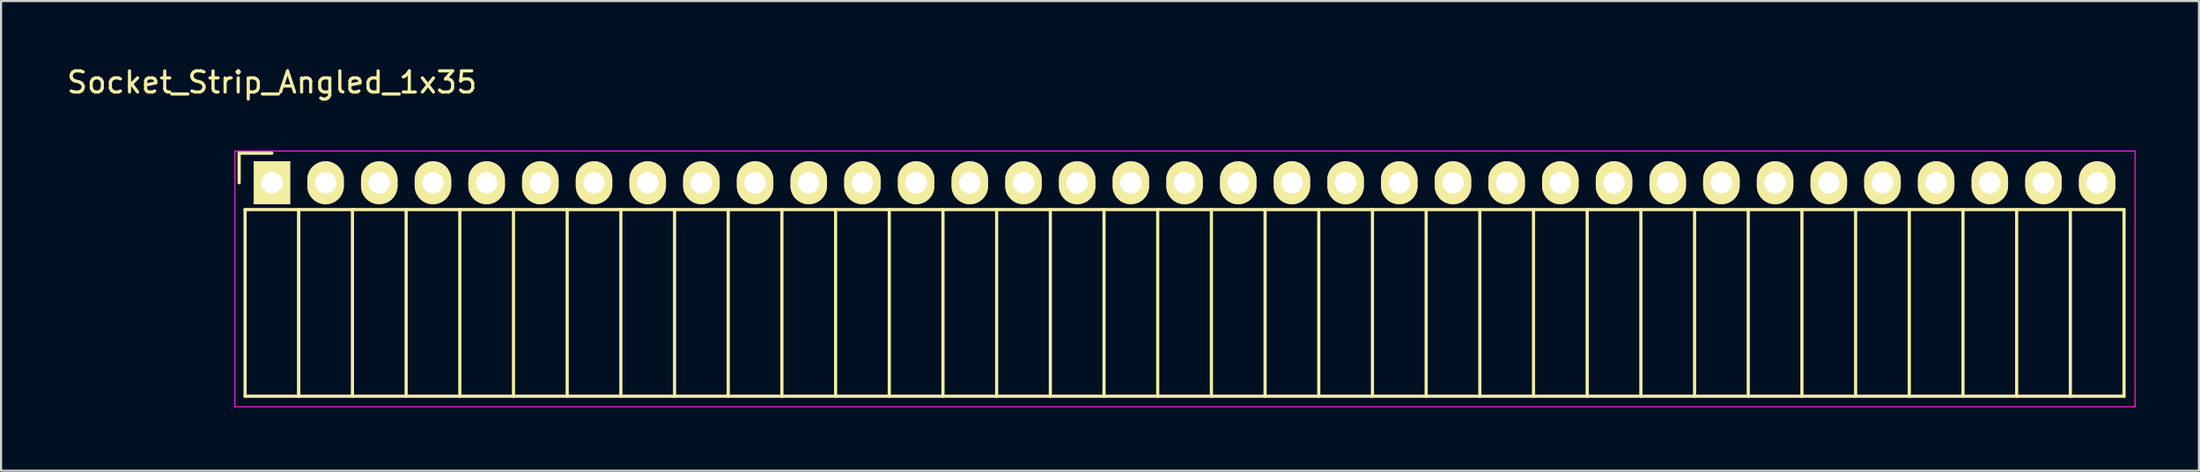
<source format=kicad_pcb>
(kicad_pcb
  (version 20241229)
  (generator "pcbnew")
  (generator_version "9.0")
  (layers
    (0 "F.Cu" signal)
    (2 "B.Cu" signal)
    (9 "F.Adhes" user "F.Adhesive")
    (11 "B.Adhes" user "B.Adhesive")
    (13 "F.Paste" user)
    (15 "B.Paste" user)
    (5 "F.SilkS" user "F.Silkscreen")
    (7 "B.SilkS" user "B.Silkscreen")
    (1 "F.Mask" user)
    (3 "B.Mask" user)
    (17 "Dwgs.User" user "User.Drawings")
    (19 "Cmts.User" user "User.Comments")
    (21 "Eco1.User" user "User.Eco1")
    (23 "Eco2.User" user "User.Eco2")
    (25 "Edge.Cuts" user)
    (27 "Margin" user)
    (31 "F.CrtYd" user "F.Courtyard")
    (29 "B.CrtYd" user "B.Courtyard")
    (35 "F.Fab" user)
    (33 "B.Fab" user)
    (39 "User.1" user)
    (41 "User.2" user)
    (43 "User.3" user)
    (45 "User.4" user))
  (footprint "Socket_Strip_Angled_1x35"
    (layer "F.Cu")
    (at 9.815 5.598)
    (property "Reference" "Socket_Strip_Angled_1x35" (at 0 -4.75 0) (layer "F.SilkS") (effects (font (size 1 1) (thickness 0.15))))
    (attr through_hole)
    (fp_line (start -1.55 -1.4) (end -1.55 0) (stroke (width 0.15) (type solid)) (layer "F.SilkS"))
    (fp_line (start -1.27 1.27) (end -1.27 10.1) (stroke (width 0.15) (type solid)) (layer "F.SilkS"))
    (fp_line (start -1.27 1.27) (end 1.27 1.27) (stroke (width 0.15) (type solid)) (layer "F.SilkS"))
    (fp_line (start -1.27 10.1) (end 1.27 10.1) (stroke (width 0.15) (type solid)) (layer "F.SilkS"))
    (fp_line (start 0 -1.4) (end -1.55 -1.4) (stroke (width 0.15) (type solid)) (layer "F.SilkS"))
    (fp_line (start 1.27 1.27) (end 1.27 10.1) (stroke (width 0.15) (type solid)) (layer "F.SilkS"))
    (fp_line (start 1.27 1.27) (end 3.81 1.27) (stroke (width 0.15) (type solid)) (layer "F.SilkS"))
    (fp_line (start 1.27 10.1) (end 1.27 1.27) (stroke (width 0.15) (type solid)) (layer "F.SilkS"))
    (fp_line (start 1.27 10.1) (end 3.81 10.1) (stroke (width 0.15) (type solid)) (layer "F.SilkS"))
    (fp_line (start 3.81 1.27) (end 6.35 1.27) (stroke (width 0.15) (type solid)) (layer "F.SilkS"))
    (fp_line (start 3.81 10.1) (end 3.81 1.27) (stroke (width 0.15) (type solid)) (layer "F.SilkS"))
    (fp_line (start 3.81 10.1) (end 6.35 10.1) (stroke (width 0.15) (type solid)) (layer "F.SilkS"))
    (fp_line (start 6.35 1.27) (end 8.89 1.27) (stroke (width 0.15) (type solid)) (layer "F.SilkS"))
    (fp_line (start 6.35 10.1) (end 6.35 1.27) (stroke (width 0.15) (type solid)) (layer "F.SilkS"))
    (fp_line (start 6.35 10.1) (end 8.89 10.1) (stroke (width 0.15) (type solid)) (layer "F.SilkS"))
    (fp_line (start 8.89 1.27) (end 11.43 1.27) (stroke (width 0.15) (type solid)) (layer "F.SilkS"))
    (fp_line (start 8.89 10.1) (end 8.89 1.27) (stroke (width 0.15) (type solid)) (layer "F.SilkS"))
    (fp_line (start 8.89 10.1) (end 11.43 10.1) (stroke (width 0.15) (type solid)) (layer "F.SilkS"))
    (fp_line (start 11.43 1.27) (end 13.97 1.27) (stroke (width 0.15) (type solid)) (layer "F.SilkS"))
    (fp_line (start 11.43 10.1) (end 11.43 1.27) (stroke (width 0.15) (type solid)) (layer "F.SilkS"))
    (fp_line (start 11.43 10.1) (end 13.97 10.1) (stroke (width 0.15) (type solid)) (layer "F.SilkS"))
    (fp_line (start 13.97 1.27) (end 16.51 1.27) (stroke (width 0.15) (type solid)) (layer "F.SilkS"))
    (fp_line (start 13.97 10.1) (end 13.97 1.27) (stroke (width 0.15) (type solid)) (layer "F.SilkS"))
    (fp_line (start 13.97 10.1) (end 16.51 10.1) (stroke (width 0.15) (type solid)) (layer "F.SilkS"))
    (fp_line (start 16.51 1.27) (end 19.05 1.27) (stroke (width 0.15) (type solid)) (layer "F.SilkS"))
    (fp_line (start 16.51 10.1) (end 16.51 1.27) (stroke (width 0.15) (type solid)) (layer "F.SilkS"))
    (fp_line (start 16.51 10.1) (end 19.05 10.1) (stroke (width 0.15) (type solid)) (layer "F.SilkS"))
    (fp_line (start 19.05 1.27) (end 21.59 1.27) (stroke (width 0.15) (type solid)) (layer "F.SilkS"))
    (fp_line (start 19.05 10.1) (end 19.05 1.27) (stroke (width 0.15) (type solid)) (layer "F.SilkS"))
    (fp_line (start 19.05 10.1) (end 21.59 10.1) (stroke (width 0.15) (type solid)) (layer "F.SilkS"))
    (fp_line (start 21.59 1.27) (end 24.13 1.27) (stroke (width 0.15) (type solid)) (layer "F.SilkS"))
    (fp_line (start 21.59 10.1) (end 21.59 1.27) (stroke (width 0.15) (type solid)) (layer "F.SilkS"))
    (fp_line (start 21.59 10.1) (end 24.13 10.1) (stroke (width 0.15) (type solid)) (layer "F.SilkS"))
    (fp_line (start 24.13 1.27) (end 26.67 1.27) (stroke (width 0.15) (type solid)) (layer "F.SilkS"))
    (fp_line (start 24.13 10.1) (end 24.13 1.27) (stroke (width 0.15) (type solid)) (layer "F.SilkS"))
    (fp_line (start 24.13 10.1) (end 26.67 10.1) (stroke (width 0.15) (type solid)) (layer "F.SilkS"))
    (fp_line (start 26.67 1.27) (end 29.21 1.27) (stroke (width 0.15) (type solid)) (layer "F.SilkS"))
    (fp_line (start 26.67 10.1) (end 26.67 1.27) (stroke (width 0.15) (type solid)) (layer "F.SilkS"))
    (fp_line (start 26.67 10.1) (end 29.21 10.1) (stroke (width 0.15) (type solid)) (layer "F.SilkS"))
    (fp_line (start 29.21 1.27) (end 31.75 1.27) (stroke (width 0.15) (type solid)) (layer "F.SilkS"))
    (fp_line (start 29.21 10.1) (end 29.21 1.27) (stroke (width 0.15) (type solid)) (layer "F.SilkS"))
    (fp_line (start 29.21 10.1) (end 31.75 10.1) (stroke (width 0.15) (type solid)) (layer "F.SilkS"))
    (fp_line (start 31.75 1.27) (end 34.29 1.27) (stroke (width 0.15) (type solid)) (layer "F.SilkS"))
    (fp_line (start 31.75 10.1) (end 31.75 1.27) (stroke (width 0.15) (type solid)) (layer "F.SilkS"))
    (fp_line (start 31.75 10.1) (end 34.29 10.1) (stroke (width 0.15) (type solid)) (layer "F.SilkS"))
    (fp_line (start 34.29 1.27) (end 36.83 1.27) (stroke (width 0.15) (type solid)) (layer "F.SilkS"))
    (fp_line (start 34.29 10.1) (end 34.29 1.27) (stroke (width 0.15) (type solid)) (layer "F.SilkS"))
    (fp_line (start 34.29 10.1) (end 36.83 10.1) (stroke (width 0.15) (type solid)) (layer "F.SilkS"))
    (fp_line (start 36.83 1.27) (end 39.37 1.27) (stroke (width 0.15) (type solid)) (layer "F.SilkS"))
    (fp_line (start 36.83 10.1) (end 36.83 1.27) (stroke (width 0.15) (type solid)) (layer "F.SilkS"))
    (fp_line (start 36.83 10.1) (end 39.37 10.1) (stroke (width 0.15) (type solid)) (layer "F.SilkS"))
    (fp_line (start 39.37 1.27) (end 41.91 1.27) (stroke (width 0.15) (type solid)) (layer "F.SilkS"))
    (fp_line (start 39.37 10.1) (end 39.37 1.27) (stroke (width 0.15) (type solid)) (layer "F.SilkS"))
    (fp_line (start 39.37 10.1) (end 41.91 10.1) (stroke (width 0.15) (type solid)) (layer "F.SilkS"))
    (fp_line (start 41.91 1.27) (end 44.45 1.27) (stroke (width 0.15) (type solid)) (layer "F.SilkS"))
    (fp_line (start 41.91 10.1) (end 41.91 1.27) (stroke (width 0.15) (type solid)) (layer "F.SilkS"))
    (fp_line (start 41.91 10.1) (end 44.45 10.1) (stroke (width 0.15) (type solid)) (layer "F.SilkS"))
    (fp_line (start 44.45 1.27) (end 46.99 1.27) (stroke (width 0.15) (type solid)) (layer "F.SilkS"))
    (fp_line (start 44.45 10.1) (end 44.45 1.27) (stroke (width 0.15) (type solid)) (layer "F.SilkS"))
    (fp_line (start 44.45 10.1) (end 46.99 10.1) (stroke (width 0.15) (type solid)) (layer "F.SilkS"))
    (fp_line (start 46.99 1.27) (end 49.53 1.27) (stroke (width 0.15) (type solid)) (layer "F.SilkS"))
    (fp_line (start 46.99 10.1) (end 46.99 1.27) (stroke (width 0.15) (type solid)) (layer "F.SilkS"))
    (fp_line (start 46.99 10.1) (end 49.53 10.1) (stroke (width 0.15) (type solid)) (layer "F.SilkS"))
    (fp_line (start 49.53 1.27) (end 52.07 1.27) (stroke (width 0.15) (type solid)) (layer "F.SilkS"))
    (fp_line (start 49.53 10.1) (end 49.53 1.27) (stroke (width 0.15) (type solid)) (layer "F.SilkS"))
    (fp_line (start 49.53 10.1) (end 52.07 10.1) (stroke (width 0.15) (type solid)) (layer "F.SilkS"))
    (fp_line (start 52.07 1.27) (end 54.61 1.27) (stroke (width 0.15) (type solid)) (layer "F.SilkS"))
    (fp_line (start 52.07 10.1) (end 52.07 1.27) (stroke (width 0.15) (type solid)) (layer "F.SilkS"))
    (fp_line (start 52.07 10.1) (end 54.61 10.1) (stroke (width 0.15) (type solid)) (layer "F.SilkS"))
    (fp_line (start 54.61 1.27) (end 57.15 1.27) (stroke (width 0.15) (type solid)) (layer "F.SilkS"))
    (fp_line (start 54.61 10.1) (end 54.61 1.27) (stroke (width 0.15) (type solid)) (layer "F.SilkS"))
    (fp_line (start 54.61 10.1) (end 57.15 10.1) (stroke (width 0.15) (type solid)) (layer "F.SilkS"))
    (fp_line (start 57.15 1.27) (end 59.69 1.27) (stroke (width 0.15) (type solid)) (layer "F.SilkS"))
    (fp_line (start 57.15 10.1) (end 57.15 1.27) (stroke (width 0.15) (type solid)) (layer "F.SilkS"))
    (fp_line (start 57.15 10.1) (end 59.69 10.1) (stroke (width 0.15) (type solid)) (layer "F.SilkS"))
    (fp_line (start 59.69 1.27) (end 62.23 1.27) (stroke (width 0.15) (type solid)) (layer "F.SilkS"))
    (fp_line (start 59.69 10.1) (end 59.69 1.27) (stroke (width 0.15) (type solid)) (layer "F.SilkS"))
    (fp_line (start 59.69 10.1) (end 62.23 10.1) (stroke (width 0.15) (type solid)) (layer "F.SilkS"))
    (fp_line (start 62.23 1.27) (end 64.77 1.27) (stroke (width 0.15) (type solid)) (layer "F.SilkS"))
    (fp_line (start 62.23 10.1) (end 62.23 1.27) (stroke (width 0.15) (type solid)) (layer "F.SilkS"))
    (fp_line (start 62.23 10.1) (end 64.77 10.1) (stroke (width 0.15) (type solid)) (layer "F.SilkS"))
    (fp_line (start 64.77 1.27) (end 67.31 1.27) (stroke (width 0.15) (type solid)) (layer "F.SilkS"))
    (fp_line (start 64.77 10.1) (end 64.77 1.27) (stroke (width 0.15) (type solid)) (layer "F.SilkS"))
    (fp_line (start 64.77 10.1) (end 67.31 10.1) (stroke (width 0.15) (type solid)) (layer "F.SilkS"))
    (fp_line (start 67.31 1.27) (end 69.85 1.27) (stroke (width 0.15) (type solid)) (layer "F.SilkS"))
    (fp_line (start 67.31 10.1) (end 67.31 1.27) (stroke (width 0.15) (type solid)) (layer "F.SilkS"))
    (fp_line (start 67.31 10.1) (end 69.85 10.1) (stroke (width 0.15) (type solid)) (layer "F.SilkS"))
    (fp_line (start 69.85 1.27) (end 72.39 1.27) (stroke (width 0.15) (type solid)) (layer "F.SilkS"))
    (fp_line (start 69.85 10.1) (end 69.85 1.27) (stroke (width 0.15) (type solid)) (layer "F.SilkS"))
    (fp_line (start 69.85 10.1) (end 72.39 10.1) (stroke (width 0.15) (type solid)) (layer "F.SilkS"))
    (fp_line (start 72.39 1.27) (end 74.93 1.27) (stroke (width 0.15) (type solid)) (layer "F.SilkS"))
    (fp_line (start 72.39 10.1) (end 72.39 1.27) (stroke (width 0.15) (type solid)) (layer "F.SilkS"))
    (fp_line (start 72.39 10.1) (end 74.93 10.1) (stroke (width 0.15) (type solid)) (layer "F.SilkS"))
    (fp_line (start 74.93 1.27) (end 77.47 1.27) (stroke (width 0.15) (type solid)) (layer "F.SilkS"))
    (fp_line (start 74.93 10.1) (end 74.93 1.27) (stroke (width 0.15) (type solid)) (layer "F.SilkS"))
    (fp_line (start 74.93 10.1) (end 77.47 10.1) (stroke (width 0.15) (type solid)) (layer "F.SilkS"))
    (fp_line (start 77.47 1.27) (end 80.01 1.27) (stroke (width 0.15) (type solid)) (layer "F.SilkS"))
    (fp_line (start 77.47 10.1) (end 77.47 1.27) (stroke (width 0.15) (type solid)) (layer "F.SilkS"))
    (fp_line (start 77.47 10.1) (end 80.01 10.1) (stroke (width 0.15) (type solid)) (layer "F.SilkS"))
    (fp_line (start 80.01 1.27) (end 82.55 1.27) (stroke (width 0.15) (type solid)) (layer "F.SilkS"))
    (fp_line (start 80.01 10.1) (end 80.01 1.27) (stroke (width 0.15) (type solid)) (layer "F.SilkS"))
    (fp_line (start 80.01 10.1) (end 82.55 10.1) (stroke (width 0.15) (type solid)) (layer "F.SilkS"))
    (fp_line (start 82.55 1.27) (end 85.09 1.27) (stroke (width 0.15) (type solid)) (layer "F.SilkS"))
    (fp_line (start 82.55 10.1) (end 82.55 1.27) (stroke (width 0.15) (type solid)) (layer "F.SilkS"))
    (fp_line (start 82.55 10.1) (end 85.09 10.1) (stroke (width 0.15) (type solid)) (layer "F.SilkS"))
    (fp_line (start 85.09 1.27) (end 87.63 1.27) (stroke (width 0.15) (type solid)) (layer "F.SilkS"))
    (fp_line (start 85.09 10.1) (end 85.09 1.27) (stroke (width 0.15) (type solid)) (layer "F.SilkS"))
    (fp_line (start 85.09 10.1) (end 87.63 10.1) (stroke (width 0.15) (type solid)) (layer "F.SilkS"))
    (fp_line (start 87.63 10.1) (end 87.63 1.27) (stroke (width 0.15) (type solid)) (layer "F.SilkS"))
    (fp_line (start -1.75 -1.5) (end -1.75 10.6) (stroke (width 0.05) (type solid)) (layer "F.CrtYd"))
    (fp_line (start -1.75 -1.5) (end 88.15 -1.5) (stroke (width 0.05) (type solid)) (layer "F.CrtYd"))
    (fp_line (start -1.75 10.6) (end 88.15 10.6) (stroke (width 0.05) (type solid)) (layer "F.CrtYd"))
    (fp_line (start 88.15 -1.5) (end 88.15 10.6) (stroke (width 0.05) (type solid)) (layer "F.CrtYd"))
    (pad "1" thru_hole rect (at 0 0) (size 1.727 2.032) (drill 1.016) (layers "*.Cu" "*.Mask" "F.SilkS"))
    (pad "2" thru_hole oval (at 2.54 0) (size 1.727 2.032) (drill 1.016) (layers "*.Cu" "*.Mask" "F.SilkS"))
    (pad "3" thru_hole oval (at 5.08 0) (size 1.727 2.032) (drill 1.016) (layers "*.Cu" "*.Mask" "F.SilkS"))
    (pad "4" thru_hole oval (at 7.62 0) (size 1.727 2.032) (drill 1.016) (layers "*.Cu" "*.Mask" "F.SilkS"))
    (pad "5" thru_hole oval (at 10.16 0) (size 1.727 2.032) (drill 1.016) (layers "*.Cu" "*.Mask" "F.SilkS"))
    (pad "6" thru_hole oval (at 12.7 0) (size 1.727 2.032) (drill 1.016) (layers "*.Cu" "*.Mask" "F.SilkS"))
    (pad "7" thru_hole oval (at 15.24 0) (size 1.727 2.032) (drill 1.016) (layers "*.Cu" "*.Mask" "F.SilkS"))
    (pad "8" thru_hole oval (at 17.78 0) (size 1.727 2.032) (drill 1.016) (layers "*.Cu" "*.Mask" "F.SilkS"))
    (pad "9" thru_hole oval (at 20.32 0) (size 1.727 2.032) (drill 1.016) (layers "*.Cu" "*.Mask" "F.SilkS"))
    (pad "10" thru_hole oval (at 22.86 0) (size 1.727 2.032) (drill 1.016) (layers "*.Cu" "*.Mask" "F.SilkS"))
    (pad "11" thru_hole oval (at 25.4 0) (size 1.727 2.032) (drill 1.016) (layers "*.Cu" "*.Mask" "F.SilkS"))
    (pad "12" thru_hole oval (at 27.94 0) (size 1.727 2.032) (drill 1.016) (layers "*.Cu" "*.Mask" "F.SilkS"))
    (pad "13" thru_hole oval (at 30.48 0) (size 1.727 2.032) (drill 1.016) (layers "*.Cu" "*.Mask" "F.SilkS"))
    (pad "14" thru_hole oval (at 33.02 0) (size 1.727 2.032) (drill 1.016) (layers "*.Cu" "*.Mask" "F.SilkS"))
    (pad "15" thru_hole oval (at 35.56 0) (size 1.727 2.032) (drill 1.016) (layers "*.Cu" "*.Mask" "F.SilkS"))
    (pad "16" thru_hole oval (at 38.1 0) (size 1.727 2.032) (drill 1.016) (layers "*.Cu" "*.Mask" "F.SilkS"))
    (pad "17" thru_hole oval (at 40.64 0) (size 1.727 2.032) (drill 1.016) (layers "*.Cu" "*.Mask" "F.SilkS"))
    (pad "18" thru_hole oval (at 43.18 0) (size 1.727 2.032) (drill 1.016) (layers "*.Cu" "*.Mask" "F.SilkS"))
    (pad "19" thru_hole oval (at 45.72 0) (size 1.727 2.032) (drill 1.016) (layers "*.Cu" "*.Mask" "F.SilkS"))
    (pad "20" thru_hole oval (at 48.26 0) (size 1.727 2.032) (drill 1.016) (layers "*.Cu" "*.Mask" "F.SilkS"))
    (pad "21" thru_hole oval (at 50.8 0) (size 1.727 2.032) (drill 1.016) (layers "*.Cu" "*.Mask" "F.SilkS"))
    (pad "22" thru_hole oval (at 53.34 0) (size 1.727 2.032) (drill 1.016) (layers "*.Cu" "*.Mask" "F.SilkS"))
    (pad "23" thru_hole oval (at 55.88 0) (size 1.727 2.032) (drill 1.016) (layers "*.Cu" "*.Mask" "F.SilkS"))
    (pad "24" thru_hole oval (at 58.42 0) (size 1.727 2.032) (drill 1.016) (layers "*.Cu" "*.Mask" "F.SilkS"))
    (pad "25" thru_hole oval (at 60.96 0) (size 1.727 2.032) (drill 1.016) (layers "*.Cu" "*.Mask" "F.SilkS"))
    (pad "26" thru_hole oval (at 63.5 0) (size 1.727 2.032) (drill 1.016) (layers "*.Cu" "*.Mask" "F.SilkS"))
    (pad "27" thru_hole oval (at 66.04 0) (size 1.727 2.032) (drill 1.016) (layers "*.Cu" "*.Mask" "F.SilkS"))
    (pad "28" thru_hole oval (at 68.58 0) (size 1.727 2.032) (drill 1.016) (layers "*.Cu" "*.Mask" "F.SilkS"))
    (pad "29" thru_hole oval (at 71.12 0) (size 1.727 2.032) (drill 1.016) (layers "*.Cu" "*.Mask" "F.SilkS"))
    (pad "30" thru_hole oval (at 73.66 0) (size 1.727 2.032) (drill 1.016) (layers "*.Cu" "*.Mask" "F.SilkS"))
    (pad "31" thru_hole oval (at 76.2 0) (size 1.727 2.032) (drill 1.016) (layers "*.Cu" "*.Mask" "F.SilkS"))
    (pad "32" thru_hole oval (at 78.74 0) (size 1.727 2.032) (drill 1.016) (layers "*.Cu" "*.Mask" "F.SilkS"))
    (pad "33" thru_hole oval (at 81.28 0) (size 1.727 2.032) (drill 1.016) (layers "*.Cu" "*.Mask" "F.SilkS"))
    (pad "34" thru_hole oval (at 83.82 0) (size 1.727 2.032) (drill 1.016) (layers "*.Cu" "*.Mask" "F.SilkS"))
    (pad "35" thru_hole oval (at 86.36 0) (size 1.727 2.032) (drill 1.016) (layers "*.Cu" "*.Mask" "F.SilkS")))
  (gr_rect
    (start -3 -3)
    (end 100.99 19.223)
    (stroke (width 0.1) (type default))
    (fill no)
    (layer "Edge.Cuts")))
</source>
